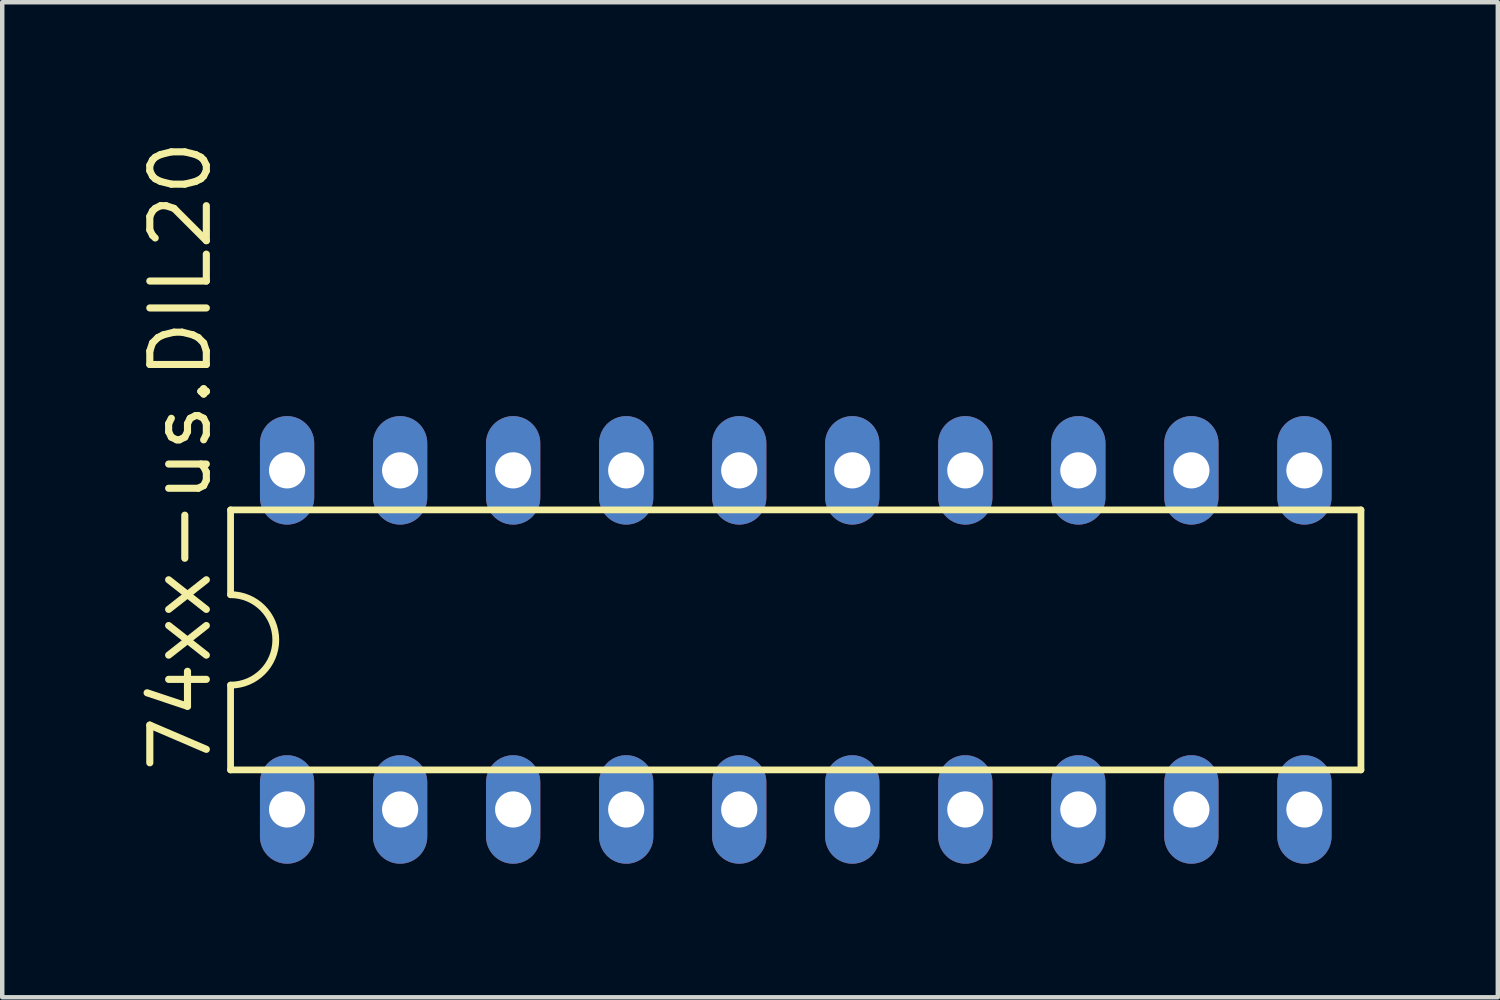
<source format=kicad_pcb>
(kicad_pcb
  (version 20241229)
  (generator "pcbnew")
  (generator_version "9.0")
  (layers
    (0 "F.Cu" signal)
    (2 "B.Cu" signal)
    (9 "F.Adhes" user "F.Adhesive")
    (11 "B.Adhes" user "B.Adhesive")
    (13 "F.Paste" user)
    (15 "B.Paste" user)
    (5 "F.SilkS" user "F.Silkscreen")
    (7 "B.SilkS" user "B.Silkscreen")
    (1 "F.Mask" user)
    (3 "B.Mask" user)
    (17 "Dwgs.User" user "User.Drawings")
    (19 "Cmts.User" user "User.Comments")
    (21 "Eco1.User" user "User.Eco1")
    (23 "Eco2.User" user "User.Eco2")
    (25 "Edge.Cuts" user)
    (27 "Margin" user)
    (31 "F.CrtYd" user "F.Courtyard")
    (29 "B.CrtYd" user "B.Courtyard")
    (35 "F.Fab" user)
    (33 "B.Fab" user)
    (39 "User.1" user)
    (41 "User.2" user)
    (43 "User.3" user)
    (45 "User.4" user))
  (footprint "74xx-us.DIL20"
    (layer "F.Cu")
    (at 14.831 11.329)
    (property "Reference" "74xx-us.DIL20" (at -13.081 3.048 90) (layer "F.SilkS") (effects (font (size 1.27 1.27) (thickness 0.16)) (justify left bottom)))
    (attr through_hole)
    (fp_line (start -12.7 -2.921) (end -12.7 -1.016) (stroke (width 0.152) (type default)) (layer "F.SilkS"))
    (fp_line (start -12.7 2.921) (end -12.7 1.016) (stroke (width 0.152) (type default)) (layer "F.SilkS"))
    (fp_line (start -12.7 2.921) (end 12.7 2.921) (stroke (width 0.152) (type default)) (layer "F.SilkS"))
    (fp_line (start 12.7 -2.921) (end -12.7 -2.921) (stroke (width 0.152) (type default)) (layer "F.SilkS"))
    (fp_line (start 12.7 -2.921) (end 12.7 2.921) (stroke (width 0.152) (type default)) (layer "F.SilkS"))
    (fp_arc (start -12.7 -1.016) (mid -11.684 0) (end -12.7 1.016) (stroke (width 0.1524) (type default)) (layer "F.SilkS"))
    (pad "1" thru_hole oval (at -11.43 3.81 90) (size 2.438 1.219) (drill 0.813) (layers "*.Cu" "*.Mask"))
    (pad "2" thru_hole oval (at -8.89 3.81 90) (size 2.438 1.219) (drill 0.813) (layers "*.Cu" "*.Mask"))
    (pad "3" thru_hole oval (at -6.35 3.81 90) (size 2.438 1.219) (drill 0.813) (layers "*.Cu" "*.Mask"))
    (pad "4" thru_hole oval (at -3.81 3.81 90) (size 2.438 1.219) (drill 0.813) (layers "*.Cu" "*.Mask"))
    (pad "5" thru_hole oval (at -1.27 3.81 90) (size 2.438 1.219) (drill 0.813) (layers "*.Cu" "*.Mask"))
    (pad "6" thru_hole oval (at 1.27 3.81 90) (size 2.438 1.219) (drill 0.813) (layers "*.Cu" "*.Mask"))
    (pad "7" thru_hole oval (at 3.81 3.81 90) (size 2.438 1.219) (drill 0.813) (layers "*.Cu" "*.Mask"))
    (pad "8" thru_hole oval (at 6.35 3.81 90) (size 2.438 1.219) (drill 0.813) (layers "*.Cu" "*.Mask"))
    (pad "9" thru_hole oval (at 8.89 3.81 90) (size 2.438 1.219) (drill 0.813) (layers "*.Cu" "*.Mask"))
    (pad "10" thru_hole oval (at 11.43 3.81 90) (size 2.438 1.219) (drill 0.813) (layers "*.Cu" "*.Mask"))
    (pad "11" thru_hole oval (at 11.43 -3.81 90) (size 2.438 1.219) (drill 0.813) (layers "*.Cu" "*.Mask"))
    (pad "12" thru_hole oval (at 8.89 -3.81 90) (size 2.438 1.219) (drill 0.813) (layers "*.Cu" "*.Mask"))
    (pad "13" thru_hole oval (at 6.35 -3.81 90) (size 2.438 1.219) (drill 0.813) (layers "*.Cu" "*.Mask"))
    (pad "14" thru_hole oval (at 3.81 -3.81 90) (size 2.438 1.219) (drill 0.813) (layers "*.Cu" "*.Mask"))
    (pad "15" thru_hole oval (at 1.27 -3.81 90) (size 2.438 1.219) (drill 0.813) (layers "*.Cu" "*.Mask"))
    (pad "16" thru_hole oval (at -1.27 -3.81 90) (size 2.438 1.219) (drill 0.813) (layers "*.Cu" "*.Mask"))
    (pad "17" thru_hole oval (at -3.81 -3.81 90) (size 2.438 1.219) (drill 0.813) (layers "*.Cu" "*.Mask"))
    (pad "18" thru_hole oval (at -6.35 -3.81 90) (size 2.438 1.219) (drill 0.813) (layers "*.Cu" "*.Mask"))
    (pad "19" thru_hole oval (at -8.89 -3.81 90) (size 2.438 1.219) (drill 0.813) (layers "*.Cu" "*.Mask"))
    (pad "20" thru_hole oval (at -11.43 -3.81 90) (size 2.438 1.219) (drill 0.813) (layers "*.Cu" "*.Mask")))
  (gr_rect
    (start -3 -3)
    (end 30.607 19.359)
    (stroke (width 0.1) (type default))
    (fill no)
    (layer "Edge.Cuts")))
</source>
